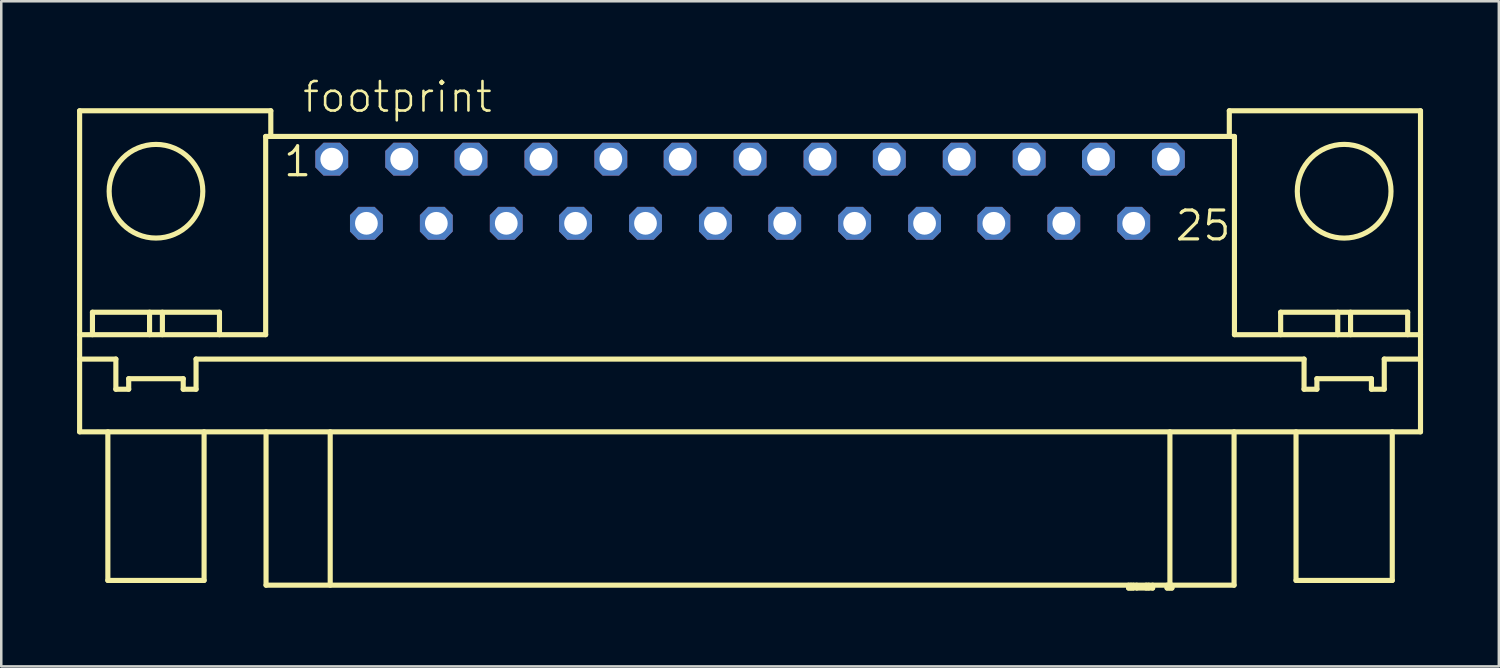
<source format=kicad_pcb>
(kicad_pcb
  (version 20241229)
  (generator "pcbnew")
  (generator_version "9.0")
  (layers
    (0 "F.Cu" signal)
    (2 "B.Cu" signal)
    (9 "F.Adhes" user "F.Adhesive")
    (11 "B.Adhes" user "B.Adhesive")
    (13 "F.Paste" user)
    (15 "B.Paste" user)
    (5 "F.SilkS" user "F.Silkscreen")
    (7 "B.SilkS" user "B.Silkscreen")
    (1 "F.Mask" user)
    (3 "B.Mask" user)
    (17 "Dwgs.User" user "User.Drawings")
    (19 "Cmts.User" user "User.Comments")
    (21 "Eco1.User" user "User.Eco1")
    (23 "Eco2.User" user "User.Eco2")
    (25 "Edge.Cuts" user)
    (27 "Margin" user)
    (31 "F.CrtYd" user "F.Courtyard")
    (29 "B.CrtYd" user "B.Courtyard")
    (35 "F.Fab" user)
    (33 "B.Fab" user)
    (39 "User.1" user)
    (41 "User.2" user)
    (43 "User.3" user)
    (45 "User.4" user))
  (footprint "footprint"
    (layer "F.Cu")
    (at 26.645 4.521)
    (property "Reference" "footprint" (at -17.78 -3.048 0) (layer "F.SilkS") (effects (font (size 1.168 1.168) (thickness 0.102)) (justify left bottom)))
    (fp_line (start -26.543 -3.185) (end -26.543 9.525) (stroke (width 0.203) (type solid)) (layer "F.SilkS"))
    (fp_line (start -26.543 -3.185) (end -18.974 -3.185) (stroke (width 0.203) (type solid)) (layer "F.SilkS"))
    (fp_line (start -26.543 5.679) (end -19.177 5.679) (stroke (width 0.203) (type solid)) (layer "F.SilkS"))
    (fp_line (start -26.543 6.645) (end -25.108 6.645) (stroke (width 0.203) (type solid)) (layer "F.SilkS"))
    (fp_line (start -26.543 9.525) (end 26.543 9.525) (stroke (width 0.203) (type solid)) (layer "F.SilkS"))
    (fp_line (start -26.035 4.79) (end -21.006 4.79) (stroke (width 0.203) (type solid)) (layer "F.SilkS"))
    (fp_line (start -26.035 5.679) (end -26.035 4.79) (stroke (width 0.203) (type solid)) (layer "F.SilkS"))
    (fp_line (start -25.425 9.525) (end -25.425 15.408) (stroke (width 0.203) (type solid)) (layer "F.SilkS"))
    (fp_line (start -25.425 15.408) (end -21.615 15.408) (stroke (width 0.203) (type solid)) (layer "F.SilkS"))
    (fp_line (start -25.108 6.645) (end -25.108 7.838) (stroke (width 0.203) (type solid)) (layer "F.SilkS"))
    (fp_line (start -25.108 7.838) (end -24.6 7.838) (stroke (width 0.203) (type solid)) (layer "F.SilkS"))
    (fp_line (start -24.6 7.422) (end -22.441 7.422) (stroke (width 0.203) (type solid)) (layer "F.SilkS"))
    (fp_line (start -24.6 7.838) (end -24.6 7.422) (stroke (width 0.203) (type solid)) (layer "F.SilkS"))
    (fp_line (start -23.774 5.679) (end -23.774 4.79) (stroke (width 0.203) (type solid)) (layer "F.SilkS"))
    (fp_line (start -23.266 5.679) (end -23.266 4.79) (stroke (width 0.203) (type solid)) (layer "F.SilkS"))
    (fp_line (start -22.441 7.838) (end -22.441 7.422) (stroke (width 0.203) (type solid)) (layer "F.SilkS"))
    (fp_line (start -22.441 7.838) (end -21.933 7.838) (stroke (width 0.203) (type solid)) (layer "F.SilkS"))
    (fp_line (start -21.933 6.645) (end 21.933 6.645) (stroke (width 0.203) (type solid)) (layer "F.SilkS"))
    (fp_line (start -21.933 7.838) (end -21.933 6.645) (stroke (width 0.203) (type solid)) (layer "F.SilkS"))
    (fp_line (start -21.615 9.525) (end -21.615 15.408) (stroke (width 0.203) (type solid)) (layer "F.SilkS"))
    (fp_line (start -21.006 5.679) (end -21.006 4.79) (stroke (width 0.203) (type solid)) (layer "F.SilkS"))
    (fp_line (start -19.177 -2.169) (end -19.177 5.679) (stroke (width 0.203) (type solid)) (layer "F.SilkS"))
    (fp_line (start -19.177 -2.169) (end 19.177 -2.169) (stroke (width 0.203) (type solid)) (layer "F.SilkS"))
    (fp_line (start -19.162 9.525) (end -19.162 15.596) (stroke (width 0.203) (type solid)) (layer "F.SilkS"))
    (fp_line (start -18.974 -3.185) (end -18.974 -2.169) (stroke (width 0.203) (type solid)) (layer "F.SilkS"))
    (fp_line (start -16.622 9.525) (end -16.622 15.596) (stroke (width 0.203) (type solid)) (layer "F.SilkS"))
    (fp_line (start 14.986 15.596) (end 14.986 15.71) (stroke (width 0.203) (type solid)) (layer "F.SilkS"))
    (fp_line (start 15.081 15.596) (end 15.081 15.71) (stroke (width 0.203) (type solid)) (layer "F.SilkS"))
    (fp_line (start 15.177 15.596) (end 15.177 15.71) (stroke (width 0.203) (type solid)) (layer "F.SilkS"))
    (fp_line (start 15.177 15.71) (end 14.986 15.71) (stroke (width 0.203) (type solid)) (layer "F.SilkS"))
    (fp_line (start 15.303 15.596) (end 15.303 15.71) (stroke (width 0.203) (type solid)) (layer "F.SilkS"))
    (fp_line (start 15.684 15.596) (end 15.684 15.71) (stroke (width 0.203) (type solid)) (layer "F.SilkS"))
    (fp_line (start 15.78 15.596) (end 15.78 15.71) (stroke (width 0.203) (type solid)) (layer "F.SilkS"))
    (fp_line (start 15.938 15.596) (end 15.938 15.71) (stroke (width 0.203) (type solid)) (layer "F.SilkS"))
    (fp_line (start 15.938 15.71) (end 15.303 15.71) (stroke (width 0.203) (type solid)) (layer "F.SilkS"))
    (fp_line (start 16.51 15.596) (end 16.51 15.71) (stroke (width 0.203) (type solid)) (layer "F.SilkS"))
    (fp_line (start 16.605 15.596) (end 16.605 15.71) (stroke (width 0.203) (type solid)) (layer "F.SilkS"))
    (fp_line (start 16.622 9.525) (end 16.622 15.596) (stroke (width 0.203) (type solid)) (layer "F.SilkS"))
    (fp_line (start 16.701 15.596) (end 16.701 15.71) (stroke (width 0.203) (type solid)) (layer "F.SilkS"))
    (fp_line (start 16.701 15.71) (end 16.51 15.71) (stroke (width 0.203) (type solid)) (layer "F.SilkS"))
    (fp_line (start 18.974 -3.185) (end 18.974 -2.169) (stroke (width 0.203) (type solid)) (layer "F.SilkS"))
    (fp_line (start 18.974 -3.185) (end 26.543 -3.185) (stroke (width 0.203) (type solid)) (layer "F.SilkS"))
    (fp_line (start 19.162 15.596) (end -19.162 15.596) (stroke (width 0.203) (type solid)) (layer "F.SilkS"))
    (fp_line (start 19.162 9.525) (end 19.162 15.596) (stroke (width 0.203) (type solid)) (layer "F.SilkS"))
    (fp_line (start 19.177 -2.169) (end 19.177 5.679) (stroke (width 0.203) (type solid)) (layer "F.SilkS"))
    (fp_line (start 19.177 5.679) (end 26.543 5.679) (stroke (width 0.203) (type solid)) (layer "F.SilkS"))
    (fp_line (start 21.006 4.79) (end 26.035 4.79) (stroke (width 0.203) (type solid)) (layer "F.SilkS"))
    (fp_line (start 21.006 5.679) (end 21.006 4.79) (stroke (width 0.203) (type solid)) (layer "F.SilkS"))
    (fp_line (start 21.615 9.525) (end 21.615 15.408) (stroke (width 0.203) (type solid)) (layer "F.SilkS"))
    (fp_line (start 21.615 15.408) (end 25.425 15.408) (stroke (width 0.203) (type solid)) (layer "F.SilkS"))
    (fp_line (start 21.933 6.645) (end 21.933 7.838) (stroke (width 0.203) (type solid)) (layer "F.SilkS"))
    (fp_line (start 21.933 7.838) (end 22.441 7.838) (stroke (width 0.203) (type solid)) (layer "F.SilkS"))
    (fp_line (start 22.441 7.422) (end 24.6 7.422) (stroke (width 0.203) (type solid)) (layer "F.SilkS"))
    (fp_line (start 22.441 7.838) (end 22.441 7.422) (stroke (width 0.203) (type solid)) (layer "F.SilkS"))
    (fp_line (start 23.266 5.679) (end 23.266 4.79) (stroke (width 0.203) (type solid)) (layer "F.SilkS"))
    (fp_line (start 23.774 5.679) (end 23.774 4.79) (stroke (width 0.203) (type solid)) (layer "F.SilkS"))
    (fp_line (start 24.6 7.838) (end 24.6 7.422) (stroke (width 0.203) (type solid)) (layer "F.SilkS"))
    (fp_line (start 24.6 7.838) (end 25.108 7.838) (stroke (width 0.203) (type solid)) (layer "F.SilkS"))
    (fp_line (start 25.108 7.838) (end 25.108 6.645) (stroke (width 0.203) (type solid)) (layer "F.SilkS"))
    (fp_line (start 25.425 9.525) (end 25.425 15.408) (stroke (width 0.203) (type solid)) (layer "F.SilkS"))
    (fp_line (start 26.035 5.679) (end 26.035 4.79) (stroke (width 0.203) (type solid)) (layer "F.SilkS"))
    (fp_line (start 26.543 -3.185) (end 26.543 9.525) (stroke (width 0.203) (type solid)) (layer "F.SilkS"))
    (fp_line (start 26.543 6.645) (end 25.108 6.645) (stroke (width 0.203) (type solid)) (layer "F.SilkS"))
    (fp_circle (center -23.52 0) (end -21.666 0) (stroke (width 0.203) (type solid)) (fill no) (layer "F.SilkS"))
    (fp_circle (center 23.52 0) (end 25.375 0) (stroke (width 0.203) (type solid)) (fill no) (layer "F.SilkS"))
    (fp_text user "25" (at 16.764 2.032 0) (layer "F.SilkS") (effects (font (size 1.143 1.143) (thickness 0.127)) (justify left bottom)))
    (fp_text user "1" (at -18.542 -0.508 0) (layer "F.SilkS") (effects (font (size 1.143 1.143) (thickness 0.127)) (justify left bottom)))
    (pad "1" thru_hole roundrect (at -16.561 -1.27) (size 1.3 1.3) (drill 0.9) (layers "*.Cu" "*.Mask") (roundrect_rratio 0.25) (chamfer_ratio 0.25) (chamfer top_left top_right bottom_left bottom_right))
    (pad "2" thru_hole roundrect (at -13.792 -1.27) (size 1.3 1.3) (drill 0.9) (layers "*.Cu" "*.Mask") (roundrect_rratio 0.25) (chamfer_ratio 0.25) (chamfer top_left top_right bottom_left bottom_right))
    (pad "3" thru_hole roundrect (at -11.049 -1.27) (size 1.3 1.3) (drill 0.9) (layers "*.Cu" "*.Mask") (roundrect_rratio 0.25) (chamfer_ratio 0.25) (chamfer top_left top_right bottom_left bottom_right))
    (pad "4" thru_hole roundrect (at -8.28 -1.27) (size 1.3 1.3) (drill 0.9) (layers "*.Cu" "*.Mask") (roundrect_rratio 0.25) (chamfer_ratio 0.25) (chamfer top_left top_right bottom_left bottom_right))
    (pad "5" thru_hole roundrect (at -5.512 -1.27) (size 1.3 1.3) (drill 0.9) (layers "*.Cu" "*.Mask") (roundrect_rratio 0.25) (chamfer_ratio 0.25) (chamfer top_left top_right bottom_left bottom_right))
    (pad "6" thru_hole roundrect (at -2.769 -1.27) (size 1.3 1.3) (drill 0.9) (layers "*.Cu" "*.Mask") (roundrect_rratio 0.25) (chamfer_ratio 0.25) (chamfer top_left top_right bottom_left bottom_right))
    (pad "7" thru_hole roundrect (at 0 -1.27) (size 1.3 1.3) (drill 0.9) (layers "*.Cu" "*.Mask") (roundrect_rratio 0.25) (chamfer_ratio 0.25) (chamfer top_left top_right bottom_left bottom_right))
    (pad "8" thru_hole roundrect (at 2.769 -1.27) (size 1.3 1.3) (drill 0.9) (layers "*.Cu" "*.Mask") (roundrect_rratio 0.25) (chamfer_ratio 0.25) (chamfer top_left top_right bottom_left bottom_right))
    (pad "9" thru_hole roundrect (at 5.512 -1.27) (size 1.3 1.3) (drill 0.9) (layers "*.Cu" "*.Mask") (roundrect_rratio 0.25) (chamfer_ratio 0.25) (chamfer top_left top_right bottom_left bottom_right))
    (pad "10" thru_hole roundrect (at 8.28 -1.27) (size 1.3 1.3) (drill 0.9) (layers "*.Cu" "*.Mask") (roundrect_rratio 0.25) (chamfer_ratio 0.25) (chamfer top_left top_right bottom_left bottom_right))
    (pad "11" thru_hole roundrect (at 11.049 -1.27) (size 1.3 1.3) (drill 0.9) (layers "*.Cu" "*.Mask") (roundrect_rratio 0.25) (chamfer_ratio 0.25) (chamfer top_left top_right bottom_left bottom_right))
    (pad "12" thru_hole roundrect (at 13.792 -1.27) (size 1.3 1.3) (drill 0.9) (layers "*.Cu" "*.Mask") (roundrect_rratio 0.25) (chamfer_ratio 0.25) (chamfer top_left top_right bottom_left bottom_right))
    (pad "13" thru_hole roundrect (at 16.561 -1.27) (size 1.3 1.3) (drill 0.9) (layers "*.Cu" "*.Mask") (roundrect_rratio 0.25) (chamfer_ratio 0.25) (chamfer top_left top_right bottom_left bottom_right))
    (pad "14" thru_hole roundrect (at -15.189 1.27) (size 1.3 1.3) (drill 0.9) (layers "*.Cu" "*.Mask") (roundrect_rratio 0.25) (chamfer_ratio 0.25) (chamfer top_left top_right bottom_left bottom_right))
    (pad "15" thru_hole roundrect (at -12.421 1.27) (size 1.3 1.3) (drill 0.9) (layers "*.Cu" "*.Mask") (roundrect_rratio 0.25) (chamfer_ratio 0.25) (chamfer top_left top_right bottom_left bottom_right))
    (pad "16" thru_hole roundrect (at -9.652 1.27) (size 1.3 1.3) (drill 0.9) (layers "*.Cu" "*.Mask") (roundrect_rratio 0.25) (chamfer_ratio 0.25) (chamfer top_left top_right bottom_left bottom_right))
    (pad "17" thru_hole roundrect (at -6.909 1.27) (size 1.3 1.3) (drill 0.9) (layers "*.Cu" "*.Mask") (roundrect_rratio 0.25) (chamfer_ratio 0.25) (chamfer top_left top_right bottom_left bottom_right))
    (pad "18" thru_hole roundrect (at -4.14 1.27) (size 1.3 1.3) (drill 0.9) (layers "*.Cu" "*.Mask") (roundrect_rratio 0.25) (chamfer_ratio 0.25) (chamfer top_left top_right bottom_left bottom_right))
    (pad "19" thru_hole roundrect (at -1.372 1.27) (size 1.3 1.3) (drill 0.9) (layers "*.Cu" "*.Mask") (roundrect_rratio 0.25) (chamfer_ratio 0.25) (chamfer top_left top_right bottom_left bottom_right))
    (pad "20" thru_hole roundrect (at 1.372 1.27) (size 1.3 1.3) (drill 0.9) (layers "*.Cu" "*.Mask") (roundrect_rratio 0.25) (chamfer_ratio 0.25) (chamfer top_left top_right bottom_left bottom_right))
    (pad "21" thru_hole roundrect (at 4.14 1.27) (size 1.3 1.3) (drill 0.9) (layers "*.Cu" "*.Mask") (roundrect_rratio 0.25) (chamfer_ratio 0.25) (chamfer top_left top_right bottom_left bottom_right))
    (pad "22" thru_hole roundrect (at 6.909 1.27) (size 1.3 1.3) (drill 0.9) (layers "*.Cu" "*.Mask") (roundrect_rratio 0.25) (chamfer_ratio 0.25) (chamfer top_left top_right bottom_left bottom_right))
    (pad "23" thru_hole roundrect (at 9.652 1.27) (size 1.3 1.3) (drill 0.9) (layers "*.Cu" "*.Mask") (roundrect_rratio 0.25) (chamfer_ratio 0.25) (chamfer top_left top_right bottom_left bottom_right))
    (pad "24" thru_hole roundrect (at 12.421 1.27) (size 1.3 1.3) (drill 0.9) (layers "*.Cu" "*.Mask") (roundrect_rratio 0.25) (chamfer_ratio 0.25) (chamfer top_left top_right bottom_left bottom_right))
    (pad "25" thru_hole roundrect (at 15.189 1.27) (size 1.3 1.3) (drill 0.9) (layers "*.Cu" "*.Mask") (roundrect_rratio 0.25) (chamfer_ratio 0.25) (chamfer top_left top_right bottom_left bottom_right)))
  (gr_rect
    (start -3 -3)
    (end 56.289 23.333)
    (stroke (width 0.1) (type default))
    (fill no)
    (layer "Edge.Cuts")))
</source>
